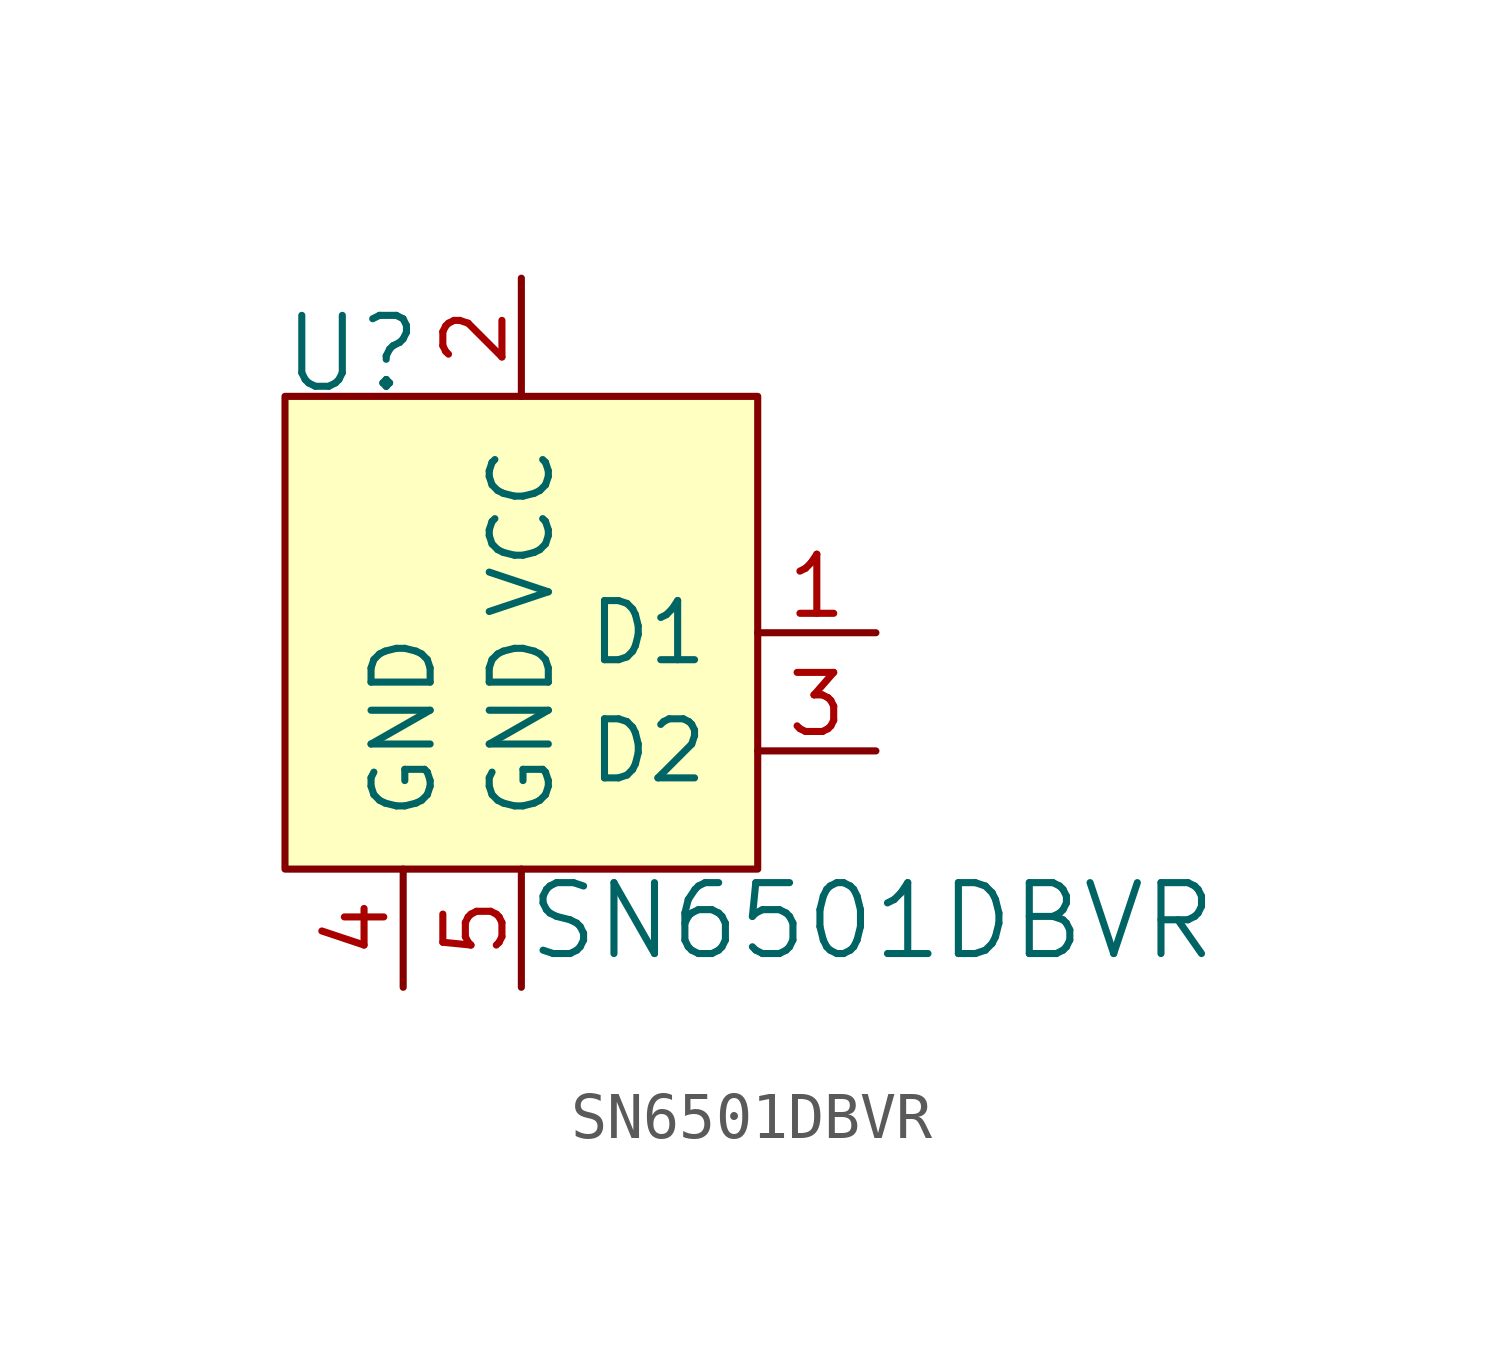
<source format=kicad_sym>
(kicad_symbol_lib
  (version 20211014)
  (generator kicad_symbol_editor)
  (symbol "SN6501DBVR"
    (pin_names
      (offset 1.016))
    (property "Reference" "U"
      (at -5.182 0.914 0)
      (effects (font (size 1.524 1.524)) (justify left)))
    (property "Value" "SN6501DBVR"
      (at 0.076 -11.278 0)
      (effects (font (size 1.524 1.524)) (justify left)))
    (symbol "SN6501DBVR_0_1"
      (rectangle (start -5.08 0) (end 5.08 -10.16) (stroke (width 0) (type default) (color 0 0 0 0)) (fill (type background))))
    (symbol "SN6501DBVR_1_1"
      (pin output line (at 7.62 -5.08 180) (length 2.54) (name "D1" (effects (font (size 1.27 1.27)))) (number "1" (effects (font (size 1.27 1.27)))))
      (pin power_in line (at 0 2.54 270) (length 2.54) (name "VCC" (effects (font (size 1.27 1.27)))) (number "2" (effects (font (size 1.27 1.27)))))
      (pin output line (at 7.62 -7.62 180) (length 2.54) (name "D2" (effects (font (size 1.27 1.27)))) (number "3" (effects (font (size 1.27 1.27)))))
      (pin power_in line (at -2.54 -12.7 90) (length 2.54) (name "GND" (effects (font (size 1.27 1.27)))) (number "4" (effects (font (size 1.27 1.27)))))
      (pin power_in line (at 0 -12.7 90) (length 2.54) (name "GND" (effects (font (size 1.27 1.27)))) (number "5" (effects (font (size 1.27 1.27))))))))
</source>
